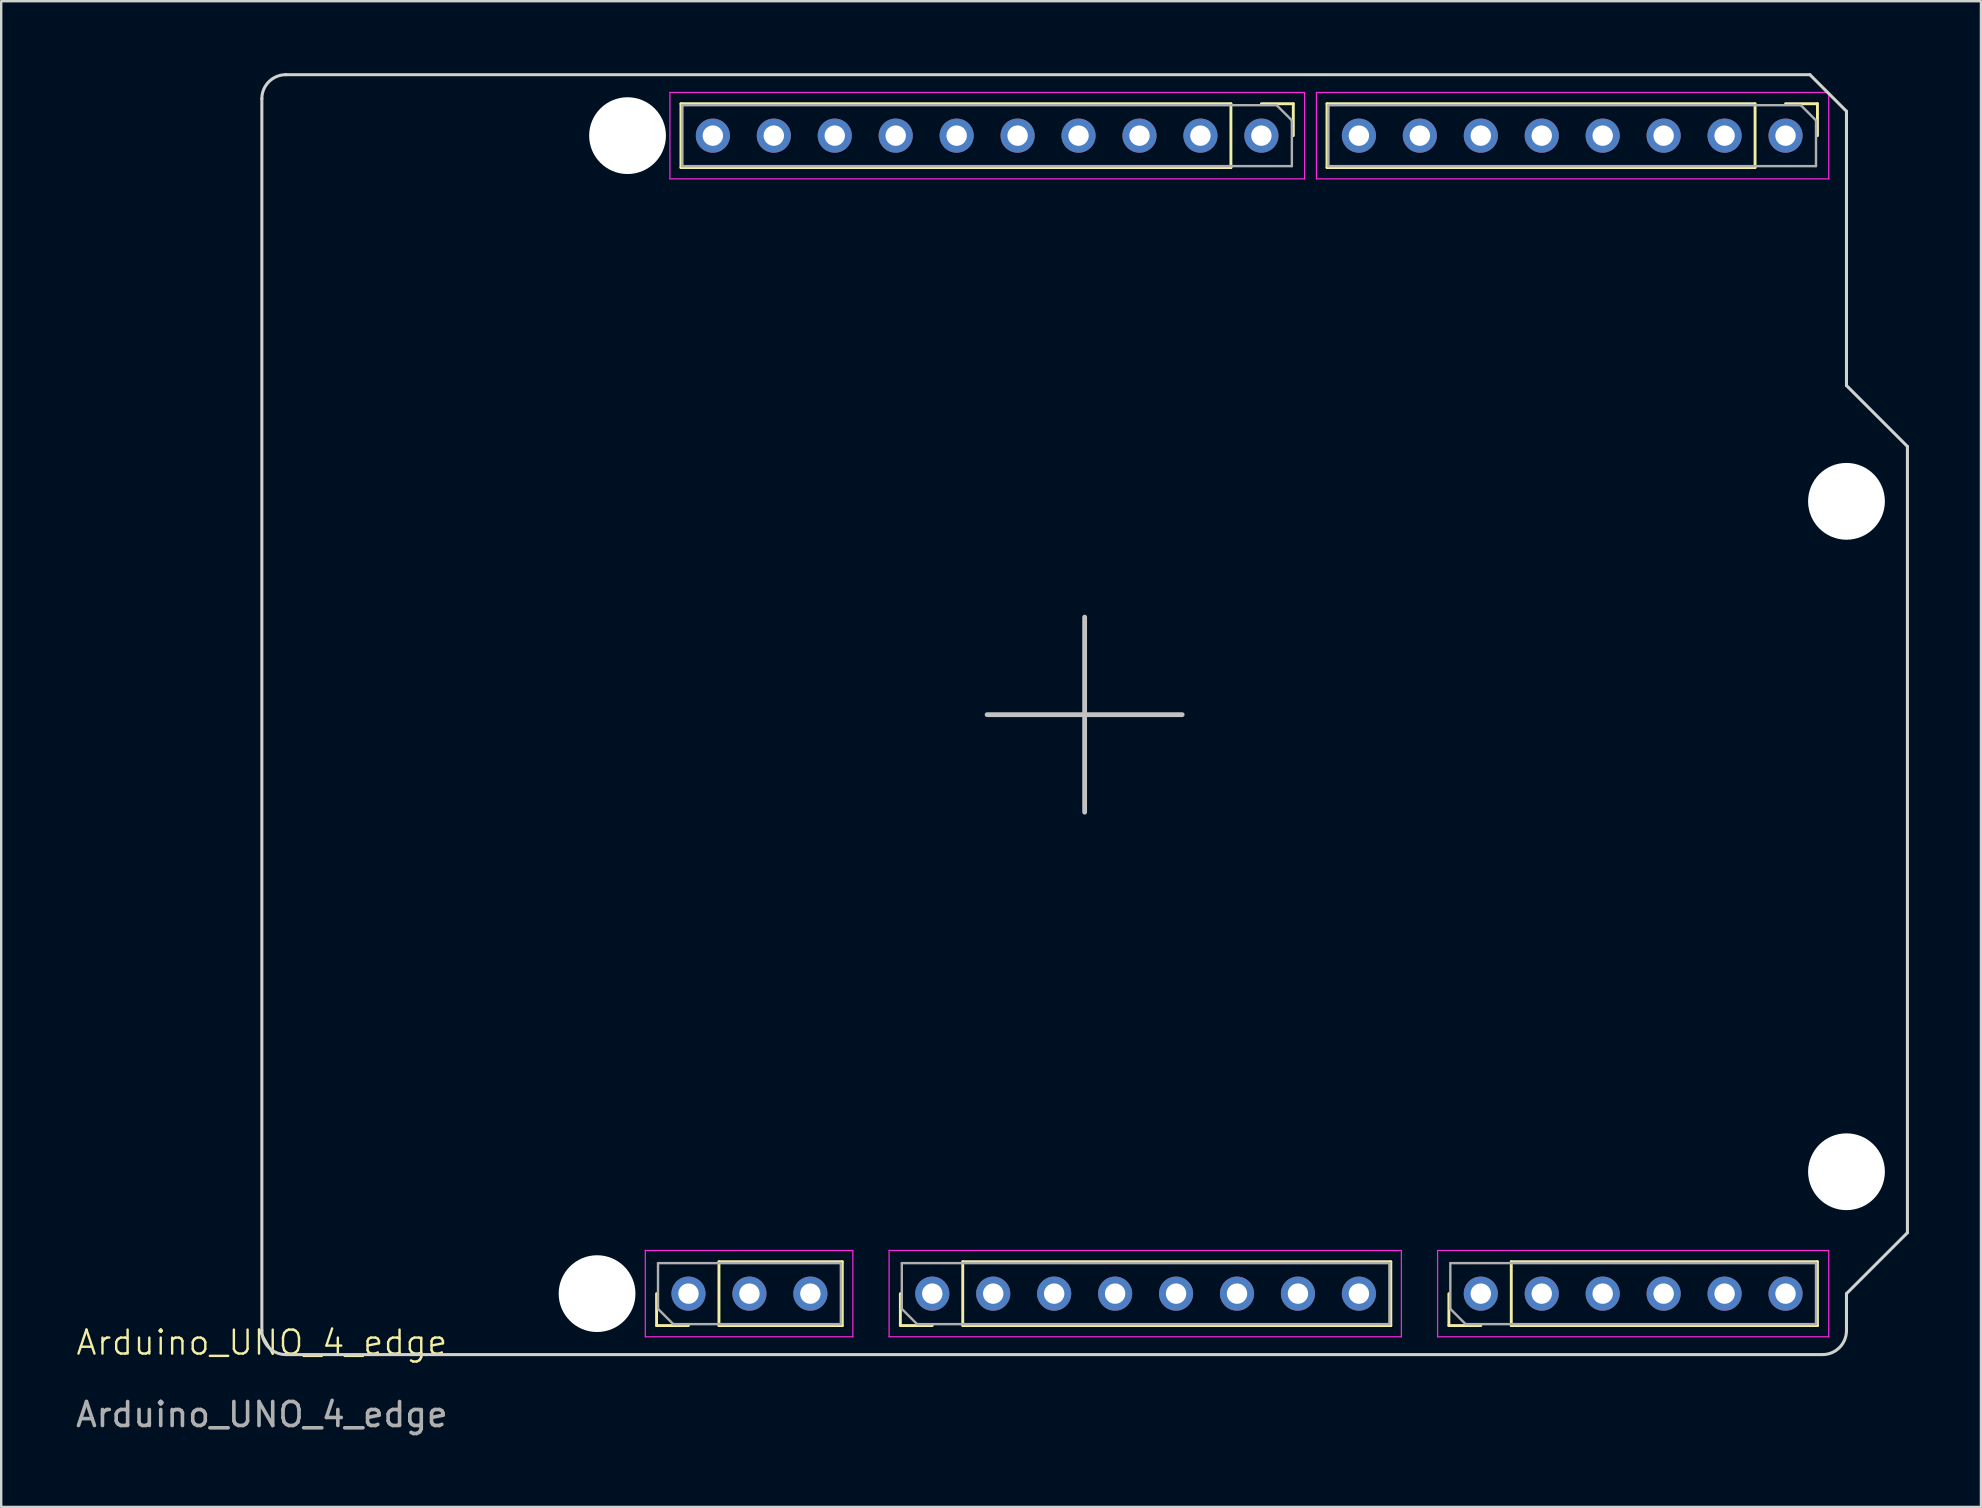
<source format=kicad_pcb>
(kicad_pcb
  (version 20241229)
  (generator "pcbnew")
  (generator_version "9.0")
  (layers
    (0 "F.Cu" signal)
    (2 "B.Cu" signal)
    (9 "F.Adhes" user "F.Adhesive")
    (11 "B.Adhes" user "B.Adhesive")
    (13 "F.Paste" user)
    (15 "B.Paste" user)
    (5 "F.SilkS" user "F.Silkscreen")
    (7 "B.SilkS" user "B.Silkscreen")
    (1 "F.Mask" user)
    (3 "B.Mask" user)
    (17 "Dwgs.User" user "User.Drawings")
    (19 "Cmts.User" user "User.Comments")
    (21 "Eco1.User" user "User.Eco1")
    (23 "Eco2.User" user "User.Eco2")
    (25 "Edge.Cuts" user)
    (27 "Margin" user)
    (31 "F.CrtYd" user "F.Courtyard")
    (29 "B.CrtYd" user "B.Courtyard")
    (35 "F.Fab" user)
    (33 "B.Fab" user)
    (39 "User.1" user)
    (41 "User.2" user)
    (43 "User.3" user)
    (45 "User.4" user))
  (footprint "Arduino_UNO_4_edge"
    (layer "F.Cu")
    (at 42.153 26.733)
    (property "Reference" "Arduino_UNO_4_edge" (at -34.29 26.17 0) (unlocked yes) (layer "F.SilkS") (effects (font (size 1 1) (thickness 0.1))))
    (attr smd)
    (fp_line (start -17.84 25.46) (end -17.84 24.13) (stroke (width 0.12) (type solid)) (layer "F.SilkS"))
    (fp_line (start -16.824 -25.46) (end -16.824 -22.8) (stroke (width 0.12) (type solid)) (layer "F.SilkS"))
    (fp_line (start -16.51 25.46) (end -17.84 25.46) (stroke (width 0.12) (type solid)) (layer "F.SilkS"))
    (fp_line (start -15.24 22.8) (end -10.1 22.8) (stroke (width 0.12) (type solid)) (layer "F.SilkS"))
    (fp_line (start -15.24 25.46) (end -15.24 22.8) (stroke (width 0.12) (type solid)) (layer "F.SilkS"))
    (fp_line (start -15.24 25.46) (end -10.1 25.46) (stroke (width 0.12) (type solid)) (layer "F.SilkS"))
    (fp_line (start -10.1 25.46) (end -10.1 22.8) (stroke (width 0.12) (type solid)) (layer "F.SilkS"))
    (fp_line (start -7.68 25.46) (end -7.68 24.13) (stroke (width 0.12) (type solid)) (layer "F.SilkS"))
    (fp_line (start -6.35 25.46) (end -7.68 25.46) (stroke (width 0.12) (type solid)) (layer "F.SilkS"))
    (fp_line (start -5.08 22.8) (end 12.76 22.8) (stroke (width 0.12) (type solid)) (layer "F.SilkS"))
    (fp_line (start -5.08 25.46) (end -5.08 22.8) (stroke (width 0.12) (type solid)) (layer "F.SilkS"))
    (fp_line (start -5.08 25.46) (end 12.76 25.46) (stroke (width 0.12) (type solid)) (layer "F.SilkS"))
    (fp_line (start 6.096 -25.46) (end -16.824 -25.46) (stroke (width 0.12) (type solid)) (layer "F.SilkS"))
    (fp_line (start 6.096 -25.46) (end 6.096 -22.8) (stroke (width 0.12) (type solid)) (layer "F.SilkS"))
    (fp_line (start 6.096 -22.8) (end -16.824 -22.8) (stroke (width 0.12) (type solid)) (layer "F.SilkS"))
    (fp_line (start 7.366 -25.46) (end 8.696 -25.46) (stroke (width 0.12) (type solid)) (layer "F.SilkS"))
    (fp_line (start 8.696 -25.46) (end 8.696 -24.13) (stroke (width 0.12) (type solid)) (layer "F.SilkS"))
    (fp_line (start 10.1 -25.46) (end 10.1 -22.8) (stroke (width 0.12) (type solid)) (layer "F.SilkS"))
    (fp_line (start 12.76 25.46) (end 12.76 22.8) (stroke (width 0.12) (type solid)) (layer "F.SilkS"))
    (fp_line (start 15.18 25.46) (end 15.18 24.13) (stroke (width 0.12) (type solid)) (layer "F.SilkS"))
    (fp_line (start 16.51 25.46) (end 15.18 25.46) (stroke (width 0.12) (type solid)) (layer "F.SilkS"))
    (fp_line (start 17.78 22.8) (end 30.54 22.8) (stroke (width 0.12) (type solid)) (layer "F.SilkS"))
    (fp_line (start 17.78 25.46) (end 17.78 22.8) (stroke (width 0.12) (type solid)) (layer "F.SilkS"))
    (fp_line (start 17.78 25.46) (end 30.54 25.46) (stroke (width 0.12) (type solid)) (layer "F.SilkS"))
    (fp_line (start 27.94 -25.46) (end 10.1 -25.46) (stroke (width 0.12) (type solid)) (layer "F.SilkS"))
    (fp_line (start 27.94 -25.46) (end 27.94 -22.8) (stroke (width 0.12) (type solid)) (layer "F.SilkS"))
    (fp_line (start 27.94 -22.8) (end 10.1 -22.8) (stroke (width 0.12) (type solid)) (layer "F.SilkS"))
    (fp_line (start 29.21 -25.46) (end 30.54 -25.46) (stroke (width 0.12) (type solid)) (layer "F.SilkS"))
    (fp_line (start 30.54 -25.46) (end 30.54 -24.13) (stroke (width 0.12) (type solid)) (layer "F.SilkS"))
    (fp_line (start 30.54 25.46) (end 30.54 22.8) (stroke (width 0.12) (type solid)) (layer "F.SilkS"))
    (fp_line (start 0 0) (end -4.064 0) (stroke (width 0.2) (type default)) (layer "Dwgs.User"))
    (fp_line (start 0 0) (end 0 -4.064) (stroke (width 0.2) (type default)) (layer "Dwgs.User"))
    (fp_line (start 0 0) (end 0 4.064) (stroke (width 0.2) (type default)) (layer "Dwgs.User"))
    (fp_line (start 0 0) (end 4.064 0) (stroke (width 0.2) (type default)) (layer "Dwgs.User"))
    (fp_line (start -34.29 25.67) (end -34.29 -25.67) (stroke (width 0.127) (type solid)) (layer "Edge.Cuts"))
    (fp_line (start -33.29 -26.67) (end 30.226 -26.67) (stroke (width 0.127) (type solid)) (layer "Edge.Cuts"))
    (fp_line (start -33.29 26.67) (end 30.75 26.67) (stroke (width 0.127) (type solid)) (layer "Edge.Cuts"))
    (fp_line (start 30.226 -26.67) (end 31.75 -25.146) (stroke (width 0.127) (type solid)) (layer "Edge.Cuts"))
    (fp_line (start 31.75 -13.716) (end 31.75 -25.146) (stroke (width 0.127) (type solid)) (layer "Edge.Cuts"))
    (fp_line (start 31.75 -13.716) (end 34.29 -11.176) (stroke (width 0.127) (type solid)) (layer "Edge.Cuts"))
    (fp_line (start 31.75 24.13) (end 34.29 21.59) (stroke (width 0.127) (type solid)) (layer "Edge.Cuts"))
    (fp_line (start 31.75 25.67) (end 31.75 24.13) (stroke (width 0.127) (type solid)) (layer "Edge.Cuts"))
    (fp_line (start 34.29 21.59) (end 34.29 -11.176) (stroke (width 0.127) (type solid)) (layer "Edge.Cuts"))
    (fp_arc (start -34.29 -25.67) (mid -33.997107 -26.377107) (end -33.29 -26.67) (stroke (width 0.127) (type solid)) (layer "Edge.Cuts"))
    (fp_arc (start -33.29 26.67) (mid -33.997107 26.377107) (end -34.29 25.67) (stroke (width 0.127) (type solid)) (layer "Edge.Cuts"))
    (fp_arc (start 31.75 25.67) (mid 31.457107 26.377107) (end 30.75 26.67) (stroke (width 0.127) (type solid)) (layer "Edge.Cuts"))
    (fp_line (start -18.31 22.33) (end -18.31 25.93) (stroke (width 0.05) (type solid)) (layer "F.CrtYd"))
    (fp_line (start -18.31 25.93) (end -9.66 25.93) (stroke (width 0.05) (type solid)) (layer "F.CrtYd"))
    (fp_line (start -17.284 -25.93) (end -17.284 -22.33) (stroke (width 0.05) (type solid)) (layer "F.CrtYd"))
    (fp_line (start -17.284 -22.33) (end 9.166 -22.33) (stroke (width 0.05) (type solid)) (layer "F.CrtYd"))
    (fp_line (start -9.66 22.33) (end -18.31 22.33) (stroke (width 0.05) (type solid)) (layer "F.CrtYd"))
    (fp_line (start -9.66 25.93) (end -9.66 22.33) (stroke (width 0.05) (type solid)) (layer "F.CrtYd"))
    (fp_line (start -8.15 22.33) (end -8.15 25.93) (stroke (width 0.05) (type solid)) (layer "F.CrtYd"))
    (fp_line (start -8.15 25.93) (end 13.2 25.93) (stroke (width 0.05) (type solid)) (layer "F.CrtYd"))
    (fp_line (start 9.166 -25.93) (end -17.284 -25.93) (stroke (width 0.05) (type solid)) (layer "F.CrtYd"))
    (fp_line (start 9.166 -22.33) (end 9.166 -25.93) (stroke (width 0.05) (type solid)) (layer "F.CrtYd"))
    (fp_line (start 9.66 -25.93) (end 9.66 -22.33) (stroke (width 0.05) (type solid)) (layer "F.CrtYd"))
    (fp_line (start 9.66 -22.33) (end 31.01 -22.33) (stroke (width 0.05) (type solid)) (layer "F.CrtYd"))
    (fp_line (start 13.2 22.33) (end -8.15 22.33) (stroke (width 0.05) (type solid)) (layer "F.CrtYd"))
    (fp_line (start 13.2 25.93) (end 13.2 22.33) (stroke (width 0.05) (type solid)) (layer "F.CrtYd"))
    (fp_line (start 14.71 22.33) (end 14.71 25.93) (stroke (width 0.05) (type solid)) (layer "F.CrtYd"))
    (fp_line (start 14.71 25.93) (end 31.01 25.93) (stroke (width 0.05) (type solid)) (layer "F.CrtYd"))
    (fp_line (start 31.01 -25.93) (end 9.66 -25.93) (stroke (width 0.05) (type solid)) (layer "F.CrtYd"))
    (fp_line (start 31.01 -22.33) (end 31.01 -25.93) (stroke (width 0.05) (type solid)) (layer "F.CrtYd"))
    (fp_line (start 31.01 22.33) (end 14.71 22.33) (stroke (width 0.05) (type solid)) (layer "F.CrtYd"))
    (fp_line (start 31.01 25.93) (end 31.01 22.33) (stroke (width 0.05) (type solid)) (layer "F.CrtYd"))
    (fp_line (start -17.78 22.86) (end -10.16 22.86) (stroke (width 0.1) (type solid)) (layer "F.Fab"))
    (fp_line (start -17.78 24.765) (end -17.78 22.86) (stroke (width 0.1) (type solid)) (layer "F.Fab"))
    (fp_line (start -17.145 25.4) (end -17.78 24.765) (stroke (width 0.1) (type solid)) (layer "F.Fab"))
    (fp_line (start -16.764 -25.4) (end 8.001 -25.4) (stroke (width 0.1) (type solid)) (layer "F.Fab"))
    (fp_line (start -16.764 -22.86) (end -16.764 -25.4) (stroke (width 0.1) (type solid)) (layer "F.Fab"))
    (fp_line (start -10.16 22.86) (end -10.16 25.4) (stroke (width 0.1) (type solid)) (layer "F.Fab"))
    (fp_line (start -10.16 25.4) (end -17.145 25.4) (stroke (width 0.1) (type solid)) (layer "F.Fab"))
    (fp_line (start -7.62 22.86) (end 12.7 22.86) (stroke (width 0.1) (type solid)) (layer "F.Fab"))
    (fp_line (start -7.62 24.765) (end -7.62 22.86) (stroke (width 0.1) (type solid)) (layer "F.Fab"))
    (fp_line (start -6.985 25.4) (end -7.62 24.765) (stroke (width 0.1) (type solid)) (layer "F.Fab"))
    (fp_line (start 8.001 -25.4) (end 8.636 -24.765) (stroke (width 0.1) (type solid)) (layer "F.Fab"))
    (fp_line (start 8.636 -24.765) (end 8.636 -22.86) (stroke (width 0.1) (type solid)) (layer "F.Fab"))
    (fp_line (start 8.636 -22.86) (end -16.764 -22.86) (stroke (width 0.1) (type solid)) (layer "F.Fab"))
    (fp_line (start 10.16 -25.4) (end 29.845 -25.4) (stroke (width 0.1) (type solid)) (layer "F.Fab"))
    (fp_line (start 10.16 -22.86) (end 10.16 -25.4) (stroke (width 0.1) (type solid)) (layer "F.Fab"))
    (fp_line (start 12.7 22.86) (end 12.7 25.4) (stroke (width 0.1) (type solid)) (layer "F.Fab"))
    (fp_line (start 12.7 25.4) (end -6.985 25.4) (stroke (width 0.1) (type solid)) (layer "F.Fab"))
    (fp_line (start 15.24 22.86) (end 30.48 22.86) (stroke (width 0.1) (type solid)) (layer "F.Fab"))
    (fp_line (start 15.24 24.765) (end 15.24 22.86) (stroke (width 0.1) (type solid)) (layer "F.Fab"))
    (fp_line (start 15.875 25.4) (end 15.24 24.765) (stroke (width 0.1) (type solid)) (layer "F.Fab"))
    (fp_line (start 29.845 -25.4) (end 30.48 -24.765) (stroke (width 0.1) (type solid)) (layer "F.Fab"))
    (fp_line (start 30.48 -24.765) (end 30.48 -22.86) (stroke (width 0.1) (type solid)) (layer "F.Fab"))
    (fp_line (start 30.48 -22.86) (end 10.16 -22.86) (stroke (width 0.1) (type solid)) (layer "F.Fab"))
    (fp_line (start 30.48 22.86) (end 30.48 25.4) (stroke (width 0.1) (type solid)) (layer "F.Fab"))
    (fp_line (start 30.48 25.4) (end 15.875 25.4) (stroke (width 0.1) (type solid)) (layer "F.Fab"))
    (fp_text user "${REFERENCE}" (at -34.29 29.17 0) (unlocked yes) (layer "F.Fab") (effects (font (size 1 1) (thickness 0.15))))
    (pad "" np_thru_hole circle (at -20.32 24.13) (size 3.2 3.2) (drill 3.2) (layers "*.Cu" "*.Mask"))
    (pad "" np_thru_hole circle (at -19.05 -24.13) (size 3.2 3.2) (drill 3.2) (layers "*.Cu" "*.Mask"))
    (pad "" np_thru_hole circle (at 31.75 -8.89) (size 3.2 3.2) (drill 3.2) (layers "*.Cu" "*.Mask"))
    (pad "" np_thru_hole circle (at 31.75 19.05) (size 3.2 3.2) (drill 3.2) (layers "*.Cu" "*.Mask"))
    (pad "L1" thru_hole circle (at -6.35 24.13 90) (size 1.422 1.422) (drill 0.85) (layers "*.Cu" "*.Mask"))
    (pad "L2" thru_hole circle (at -3.81 24.13 90) (size 1.422 1.422) (drill 0.85) (layers "*.Cu" "*.Mask"))
    (pad "L3" thru_hole circle (at -1.27 24.13 90) (size 1.422 1.422) (drill 0.85) (layers "*.Cu" "*.Mask"))
    (pad "L4" thru_hole circle (at 1.27 24.13 90) (size 1.422 1.422) (drill 0.85) (layers "*.Cu" "*.Mask"))
    (pad "L5" thru_hole circle (at 3.81 24.13 90) (size 1.422 1.422) (drill 0.85) (layers "*.Cu" "*.Mask"))
    (pad "L6" thru_hole circle (at 6.35 24.13 90) (size 1.422 1.422) (drill 0.85) (layers "*.Cu" "*.Mask"))
    (pad "L7" thru_hole circle (at 8.89 24.13 90) (size 1.422 1.422) (drill 0.85) (layers "*.Cu" "*.Mask"))
    (pad "L8" thru_hole circle (at 11.43 24.13 90) (size 1.422 1.422) (drill 0.85) (layers "*.Cu" "*.Mask"))
    (pad "L9" thru_hole circle (at 16.51 24.13 90) (size 1.422 1.422) (drill 0.85) (layers "*.Cu" "*.Mask"))
    (pad "L10" thru_hole circle (at 19.05 24.13 90) (size 1.422 1.422) (drill 0.85) (layers "*.Cu" "*.Mask"))
    (pad "L11" thru_hole circle (at 21.59 24.13 90) (size 1.422 1.422) (drill 0.85) (layers "*.Cu" "*.Mask"))
    (pad "L12" thru_hole circle (at 24.13 24.13 90) (size 1.422 1.422) (drill 0.85) (layers "*.Cu" "*.Mask"))
    (pad "L13" thru_hole circle (at 26.67 24.13 90) (size 1.422 1.422) (drill 0.85) (layers "*.Cu" "*.Mask"))
    (pad "L14" thru_hole circle (at 29.21 24.13 90) (size 1.422 1.422) (drill 0.85) (layers "*.Cu" "*.Mask"))
    (pad "P1" thru_hole circle (at -16.51 24.13 90) (size 1.422 1.422) (drill 0.85) (layers "*.Cu" "*.Mask"))
    (pad "P2" thru_hole circle (at -13.97 24.13 90) (size 1.422 1.422) (drill 0.85) (layers "*.Cu" "*.Mask"))
    (pad "P3" thru_hole circle (at -11.43 24.13 90) (size 1.422 1.422) (drill 0.85) (layers "*.Cu" "*.Mask"))
    (pad "R1" thru_hole circle (at 29.21 -24.13 270) (size 1.422 1.422) (drill 0.85) (layers "*.Cu" "*.Mask"))
    (pad "R2" thru_hole circle (at 26.67 -24.13 270) (size 1.422 1.422) (drill 0.85) (layers "*.Cu" "*.Mask"))
    (pad "R3" thru_hole circle (at 24.13 -24.13 270) (size 1.422 1.422) (drill 0.85) (layers "*.Cu" "*.Mask"))
    (pad "R4" thru_hole circle (at 21.59 -24.13 270) (size 1.422 1.422) (drill 0.85) (layers "*.Cu" "*.Mask"))
    (pad "R5" thru_hole circle (at 19.05 -24.13 270) (size 1.422 1.422) (drill 0.85) (layers "*.Cu" "*.Mask"))
    (pad "R6" thru_hole circle (at 16.51 -24.13 270) (size 1.422 1.422) (drill 0.85) (layers "*.Cu" "*.Mask"))
    (pad "R7" thru_hole circle (at 13.97 -24.13 270) (size 1.422 1.422) (drill 0.85) (layers "*.Cu" "*.Mask"))
    (pad "R8" thru_hole circle (at 11.43 -24.13 270) (size 1.422 1.422) (drill 0.85) (layers "*.Cu" "*.Mask"))
    (pad "R9" thru_hole circle (at 7.366 -24.13 270) (size 1.422 1.422) (drill 0.85) (layers "*.Cu" "*.Mask"))
    (pad "R10" thru_hole circle (at 4.826 -24.13 270) (size 1.422 1.422) (drill 0.85) (layers "*.Cu" "*.Mask"))
    (pad "R11" thru_hole circle (at 2.286 -24.13 270) (size 1.422 1.422) (drill 0.85) (layers "*.Cu" "*.Mask"))
    (pad "R12" thru_hole circle (at -0.254 -24.13 270) (size 1.422 1.422) (drill 0.85) (layers "*.Cu" "*.Mask"))
    (pad "R13" thru_hole circle (at -2.794 -24.13 270) (size 1.422 1.422) (drill 0.85) (layers "*.Cu" "*.Mask"))
    (pad "R14" thru_hole circle (at -5.334 -24.13 270) (size 1.422 1.422) (drill 0.85) (layers "*.Cu" "*.Mask"))
    (pad "R15" thru_hole circle (at -7.874 -24.13 270) (size 1.422 1.422) (drill 0.85) (layers "*.Cu" "*.Mask"))
    (pad "R16" thru_hole circle (at -10.414 -24.13 270) (size 1.422 1.422) (drill 0.85) (layers "*.Cu" "*.Mask"))
    (pad "R17" thru_hole circle (at -12.954 -24.13 270) (size 1.422 1.422) (drill 0.85) (layers "*.Cu" "*.Mask"))
    (pad "R18" thru_hole circle (at -15.494 -24.13 270) (size 1.422 1.422) (drill 0.85) (layers "*.Cu" "*.Mask")))
  (gr_rect
    (start -3 -3)
    (end 79.507 59.752)
    (stroke (width 0.1) (type default))
    (fill no)
    (layer "Edge.Cuts")))
</source>
